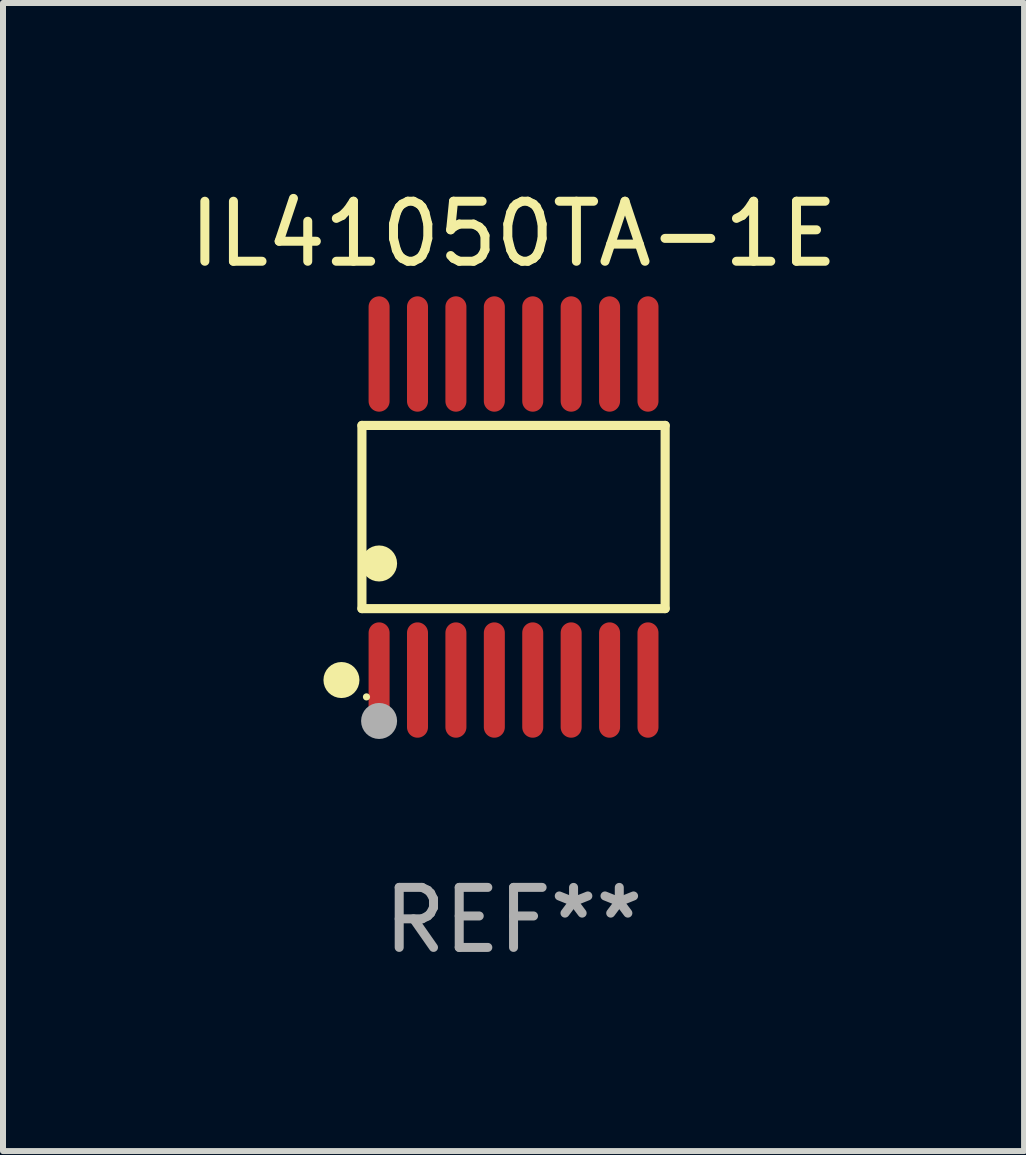
<source format=kicad_pcb>
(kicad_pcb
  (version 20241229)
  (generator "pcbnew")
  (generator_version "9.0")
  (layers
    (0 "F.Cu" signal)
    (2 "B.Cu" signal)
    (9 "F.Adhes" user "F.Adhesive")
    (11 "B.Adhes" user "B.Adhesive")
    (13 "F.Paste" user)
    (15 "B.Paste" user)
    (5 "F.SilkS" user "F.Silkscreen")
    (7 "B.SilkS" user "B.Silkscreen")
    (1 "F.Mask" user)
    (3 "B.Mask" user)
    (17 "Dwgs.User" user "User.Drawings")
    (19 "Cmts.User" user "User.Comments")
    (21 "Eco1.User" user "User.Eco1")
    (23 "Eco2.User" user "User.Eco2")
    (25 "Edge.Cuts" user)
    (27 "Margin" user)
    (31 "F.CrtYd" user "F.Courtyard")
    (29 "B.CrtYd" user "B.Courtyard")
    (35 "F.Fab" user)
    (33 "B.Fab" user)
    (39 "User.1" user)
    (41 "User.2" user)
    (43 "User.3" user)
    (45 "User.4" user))
  (footprint "IL41050TA-1E"
    (layer "F.Cu")
    (at 5.506 5.564)
    (property "Reference" "IL41050TA-1E" (at 0 -4.716 0) (layer "F.SilkS") (effects (font (size 1 1) (thickness 0.15))))
    (attr through_hole)
    (fp_line (start -2.526 -1.526) (end 2.526 -1.526) (stroke (width 0.152) (type solid)) (layer "F.SilkS"))
    (fp_line (start -2.526 1.526) (end -2.526 -1.526) (stroke (width 0.152) (type solid)) (layer "F.SilkS"))
    (fp_line (start 2.526 -1.526) (end 2.526 1.526) (stroke (width 0.152) (type solid)) (layer "F.SilkS"))
    (fp_line (start 2.526 1.526) (end -2.526 1.526) (stroke (width 0.152) (type solid)) (layer "F.SilkS"))
    (fp_circle (center -2.867 2.716) (end -2.717 2.716) (stroke (width 0.3) (type solid)) (fill no) (layer "F.SilkS"))
    (fp_circle (center -2.45 2.997) (end -2.42 2.997) (stroke (width 0.06) (type solid)) (fill no) (layer "F.SilkS"))
    (fp_circle (center -2.24 0.774) (end -2.09 0.774) (stroke (width 0.3) (type solid)) (fill no) (layer "F.SilkS"))
    (fp_circle (center -2.24 3.398) (end -2.09 3.398) (stroke (width 0.3) (type solid)) (fill no) (layer "F.Fab"))
    (fp_text user "REF**" (at 0 6.716 0) (layer "F.Fab") (effects (font (size 1 1) (thickness 0.15))))
    (pad "1" smd oval (at -2.24 2.716) (size 0.35 1.922) (layers "F.Cu" "F.Mask" "F.Paste"))
    (pad "2" smd oval (at -1.6 2.716) (size 0.35 1.922) (layers "F.Cu" "F.Mask" "F.Paste"))
    (pad "3" smd oval (at -0.96 2.716) (size 0.35 1.922) (layers "F.Cu" "F.Mask" "F.Paste"))
    (pad "4" smd oval (at -0.32 2.716) (size 0.35 1.922) (layers "F.Cu" "F.Mask" "F.Paste"))
    (pad "5" smd oval (at 0.32 2.716) (size 0.35 1.922) (layers "F.Cu" "F.Mask" "F.Paste"))
    (pad "6" smd oval (at 0.96 2.716) (size 0.35 1.922) (layers "F.Cu" "F.Mask" "F.Paste"))
    (pad "7" smd oval (at 1.6 2.716) (size 0.35 1.922) (layers "F.Cu" "F.Mask" "F.Paste"))
    (pad "8" smd oval (at 2.24 2.716) (size 0.35 1.922) (layers "F.Cu" "F.Mask" "F.Paste"))
    (pad "9" smd oval (at 2.24 -2.716) (size 0.35 1.922) (layers "F.Cu" "F.Mask" "F.Paste"))
    (pad "10" smd oval (at 1.6 -2.716) (size 0.35 1.922) (layers "F.Cu" "F.Mask" "F.Paste"))
    (pad "11" smd oval (at 0.96 -2.716) (size 0.35 1.922) (layers "F.Cu" "F.Mask" "F.Paste"))
    (pad "12" smd oval (at 0.32 -2.716) (size 0.35 1.922) (layers "F.Cu" "F.Mask" "F.Paste"))
    (pad "13" smd oval (at -0.32 -2.716) (size 0.35 1.922) (layers "F.Cu" "F.Mask" "F.Paste"))
    (pad "14" smd oval (at -0.96 -2.716) (size 0.35 1.922) (layers "F.Cu" "F.Mask" "F.Paste"))
    (pad "15" smd oval (at -1.6 -2.716) (size 0.35 1.922) (layers "F.Cu" "F.Mask" "F.Paste"))
    (pad "16" smd oval (at -2.24 -2.716) (size 0.35 1.922) (layers "F.Cu" "F.Mask" "F.Paste")))
  (gr_rect
    (start -3 -3)
    (end 14.012 16.128)
    (stroke (width 0.1) (type default))
    (fill no)
    (layer "Edge.Cuts")))
</source>
